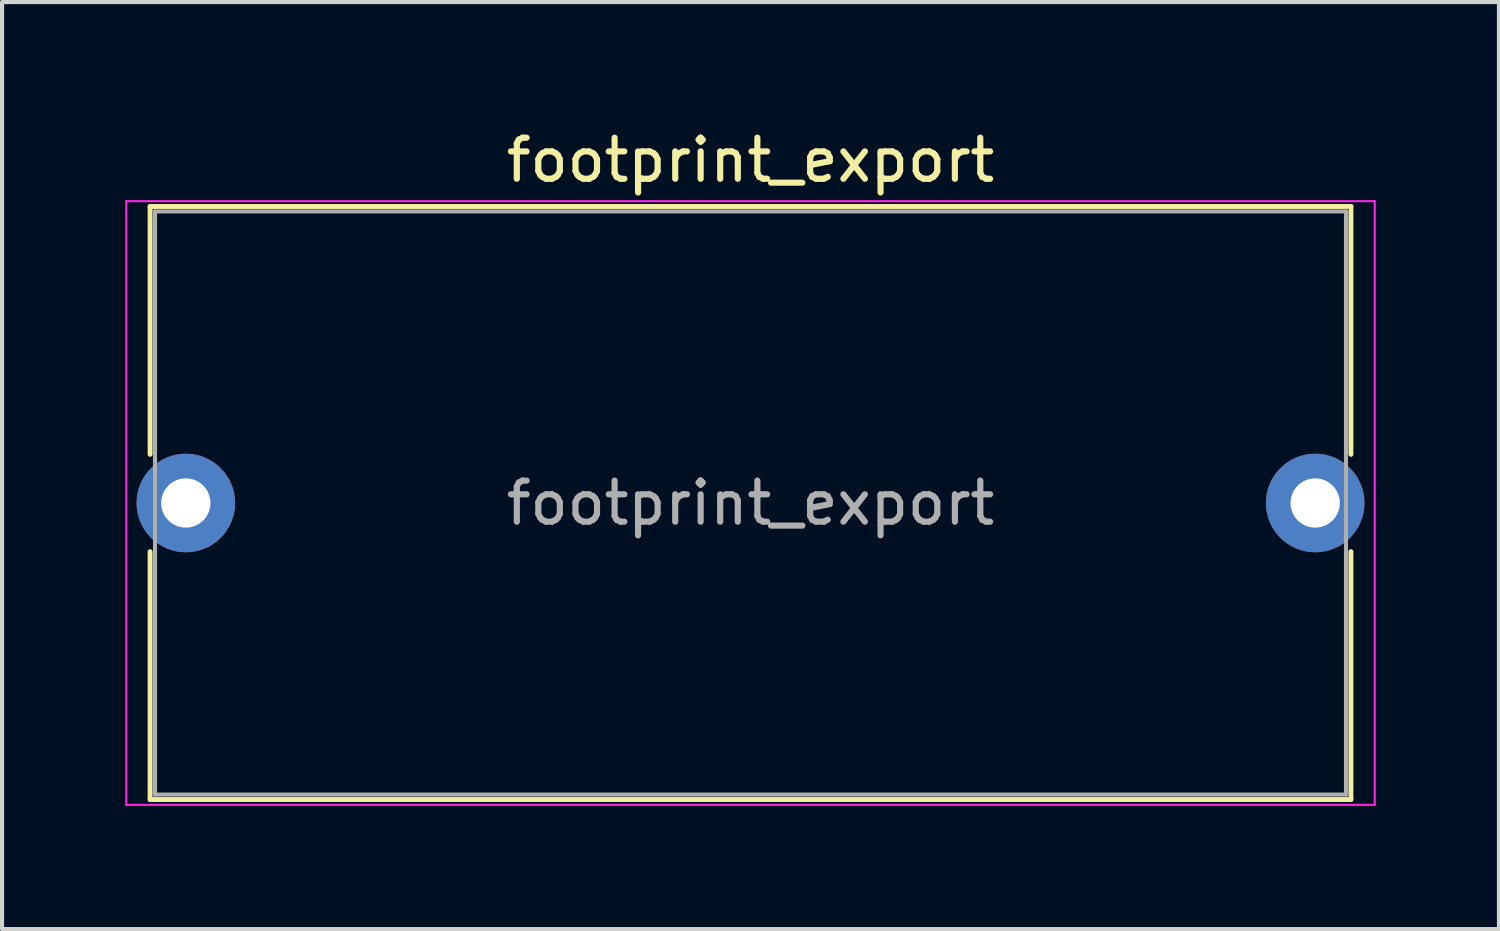
<source format=kicad_pcb>
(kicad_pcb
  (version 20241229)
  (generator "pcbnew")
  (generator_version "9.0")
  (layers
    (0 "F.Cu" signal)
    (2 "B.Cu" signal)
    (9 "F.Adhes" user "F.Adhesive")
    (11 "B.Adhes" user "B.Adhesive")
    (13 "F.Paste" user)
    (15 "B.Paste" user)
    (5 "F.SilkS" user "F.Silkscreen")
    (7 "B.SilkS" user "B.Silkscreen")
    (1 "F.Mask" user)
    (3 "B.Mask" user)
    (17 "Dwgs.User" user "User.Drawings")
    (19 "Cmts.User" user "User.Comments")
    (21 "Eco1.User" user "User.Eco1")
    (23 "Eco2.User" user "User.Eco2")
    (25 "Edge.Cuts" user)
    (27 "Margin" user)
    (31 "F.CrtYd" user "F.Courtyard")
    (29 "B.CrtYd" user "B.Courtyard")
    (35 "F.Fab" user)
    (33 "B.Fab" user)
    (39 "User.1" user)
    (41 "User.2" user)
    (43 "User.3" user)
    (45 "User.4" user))
  (footprint "footprint_export"
    (layer "F.Cu")
    (at 1.475 9.198)
    (property "Reference" "footprint_export" (at 13.75 -8.35 0) (layer "F.SilkS") (effects (font (size 1 1) (thickness 0.15))))
    (attr through_hole)
    (fp_line (start -0.87 -7.22) (end -0.87 -1.185) (stroke (width 0.12) (type solid)) (layer "F.SilkS"))
    (fp_line (start -0.87 -7.22) (end 28.37 -7.22) (stroke (width 0.12) (type solid)) (layer "F.SilkS"))
    (fp_line (start -0.87 1.185) (end -0.87 7.22) (stroke (width 0.12) (type solid)) (layer "F.SilkS"))
    (fp_line (start -0.87 7.22) (end 28.37 7.22) (stroke (width 0.12) (type solid)) (layer "F.SilkS"))
    (fp_line (start 28.37 -7.22) (end 28.37 -1.185) (stroke (width 0.12) (type solid)) (layer "F.SilkS"))
    (fp_line (start 28.37 1.185) (end 28.37 7.22) (stroke (width 0.12) (type solid)) (layer "F.SilkS"))
    (fp_line (start -1.45 -7.35) (end -1.45 7.35) (stroke (width 0.05) (type solid)) (layer "F.CrtYd"))
    (fp_line (start -1.45 7.35) (end 28.95 7.35) (stroke (width 0.05) (type solid)) (layer "F.CrtYd"))
    (fp_line (start 28.95 -7.35) (end -1.45 -7.35) (stroke (width 0.05) (type solid)) (layer "F.CrtYd"))
    (fp_line (start 28.95 7.35) (end 28.95 -7.35) (stroke (width 0.05) (type solid)) (layer "F.CrtYd"))
    (fp_line (start -0.75 -7.1) (end -0.75 7.1) (stroke (width 0.1) (type solid)) (layer "F.Fab"))
    (fp_line (start -0.75 7.1) (end 28.25 7.1) (stroke (width 0.1) (type solid)) (layer "F.Fab"))
    (fp_line (start 28.25 -7.1) (end -0.75 -7.1) (stroke (width 0.1) (type solid)) (layer "F.Fab"))
    (fp_line (start 28.25 7.1) (end 28.25 -7.1) (stroke (width 0.1) (type solid)) (layer "F.Fab"))
    (fp_text user "${REFERENCE}" (at 13.75 0 0) (layer "F.Fab") (effects (font (size 1 1) (thickness 0.15))))
    (pad "1" thru_hole circle (at 0 0) (size 2.4 2.4) (drill 1.2) (layers "*.Cu" "*.Mask"))
    (pad "2" thru_hole circle (at 27.5 0) (size 2.4 2.4) (drill 1.2) (layers "*.Cu" "*.Mask")))
  (gr_rect
    (start -3 -3)
    (end 33.45 19.573)
    (stroke (width 0.1) (type default))
    (fill no)
    (layer "Edge.Cuts")))
</source>
